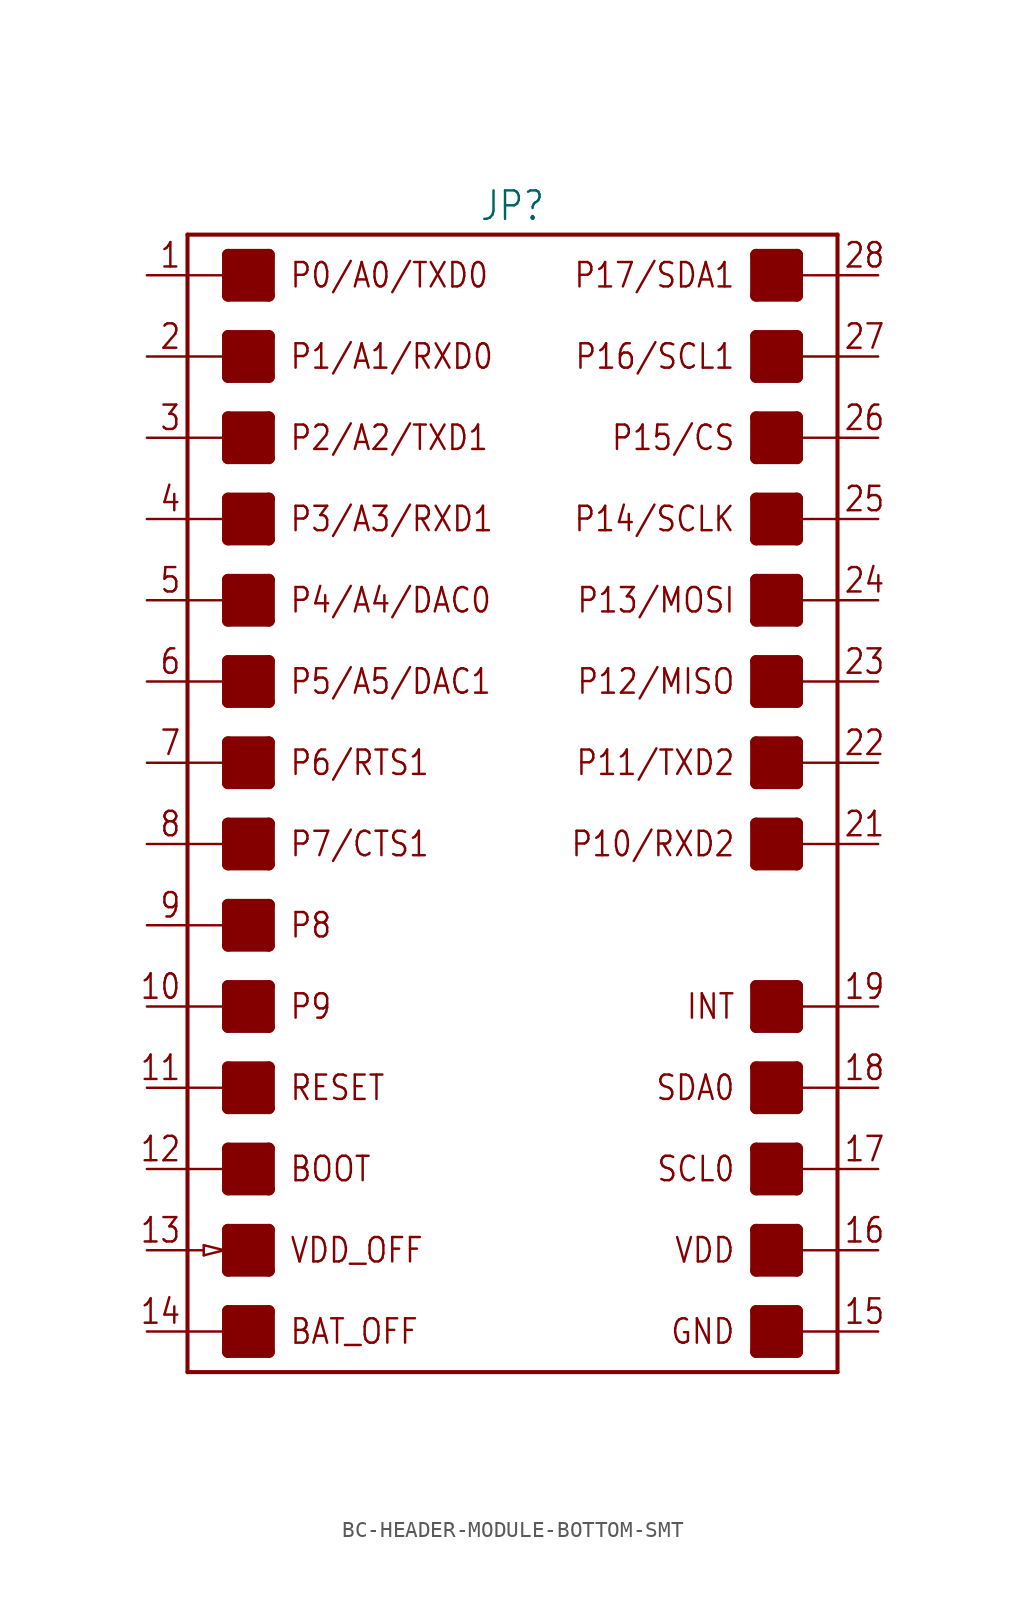
<source format=kicad_sym>
(kicad_symbol_lib
  (version 20231120)
  (generator "kicad_symbol_editor")
  (generator_version "8.0")
  (symbol "BC-HEADER-MODULE-BOTTOM-SMT"
    (property "Reference" "JP"
      (at 0 36.322 0)
      (effects (font (size 1.778 1.511)) (justify bottom)))
    (property "Value" ""
      (at 0 -36.322 0)
      (effects (font (size 1.778 1.511)) (justify top)))
    (property "ki_locked" ""
      (at 0 0 0)
      (effects (font (size 1.27 1.27))))
    (symbol "BC-HEADER-MODULE-BOTTOM-SMT_1_0"
      (rectangle (start -17.78 -34.29) (end -15.24 -31.75) (stroke (width 0) (type default)) (fill (type outline)))
      (rectangle (start -17.78 -29.21) (end -15.24 -26.67) (stroke (width 0) (type default)) (fill (type outline)))
      (rectangle (start -17.78 -24.13) (end -15.24 -21.59) (stroke (width 0) (type default)) (fill (type outline)))
      (rectangle (start -17.78 -19.05) (end -15.24 -16.51) (stroke (width 0) (type default)) (fill (type outline)))
      (rectangle (start -17.78 -13.97) (end -15.24 -11.43) (stroke (width 0) (type default)) (fill (type outline)))
      (rectangle (start -17.78 -8.89) (end -15.24 -6.35) (stroke (width 0) (type default)) (fill (type outline)))
      (rectangle (start -17.78 -3.81) (end -15.24 -1.27) (stroke (width 0) (type default)) (fill (type outline)))
      (rectangle (start -17.78 1.27) (end -15.24 3.81) (stroke (width 0) (type default)) (fill (type outline)))
      (rectangle (start -17.78 6.35) (end -15.24 8.89) (stroke (width 0) (type default)) (fill (type outline)))
      (rectangle (start -17.78 11.43) (end -15.24 13.97) (stroke (width 0) (type default)) (fill (type outline)))
      (rectangle (start -17.78 16.51) (end -15.24 19.05) (stroke (width 0) (type default)) (fill (type outline)))
      (rectangle (start -17.78 21.59) (end -15.24 24.13) (stroke (width 0) (type default)) (fill (type outline)))
      (rectangle (start -17.78 26.67) (end -15.24 29.21) (stroke (width 0) (type default)) (fill (type outline)))
      (rectangle (start -17.78 31.75) (end -15.24 34.29) (stroke (width 0) (type default)) (fill (type outline)))
      (polyline (pts (xy -20.32 -33.02) (xy -20.32 -35.56)) (stroke (width 0.254) (type solid)) (fill (type none)))
      (polyline (pts (xy -20.32 -33.02) (xy -17.78 -33.02)) (stroke (width 0.152) (type solid)) (fill (type none)))
      (polyline (pts (xy -20.32 -27.94) (xy -20.32 -33.02)) (stroke (width 0.254) (type solid)) (fill (type none)))
      (polyline (pts (xy -20.32 -27.94) (xy -19.304 -27.94)) (stroke (width 0.152) (type solid)) (fill (type none)))
      (polyline (pts (xy -20.32 -22.86) (xy -20.32 -27.94)) (stroke (width 0.254) (type solid)) (fill (type none)))
      (polyline (pts (xy -20.32 -22.86) (xy -17.78 -22.86)) (stroke (width 0.152) (type solid)) (fill (type none)))
      (polyline (pts (xy -20.32 -17.78) (xy -20.32 -22.86)) (stroke (width 0.254) (type solid)) (fill (type none)))
      (polyline (pts (xy -20.32 -17.78) (xy -17.78 -17.78)) (stroke (width 0.152) (type solid)) (fill (type none)))
      (polyline (pts (xy -20.32 -12.7) (xy -20.32 -17.78)) (stroke (width 0.254) (type solid)) (fill (type none)))
      (polyline (pts (xy -20.32 -12.7) (xy -17.78 -12.7)) (stroke (width 0.152) (type solid)) (fill (type none)))
      (polyline (pts (xy -20.32 -7.62) (xy -20.32 -12.7)) (stroke (width 0.254) (type solid)) (fill (type none)))
      (polyline (pts (xy -20.32 -7.62) (xy -17.78 -7.62)) (stroke (width 0.152) (type solid)) (fill (type none)))
      (polyline (pts (xy -20.32 -2.54) (xy -20.32 -7.62)) (stroke (width 0.254) (type solid)) (fill (type none)))
      (polyline (pts (xy -20.32 -2.54) (xy -17.78 -2.54)) (stroke (width 0.152) (type solid)) (fill (type none)))
      (polyline (pts (xy -20.32 2.54) (xy -20.32 -2.54)) (stroke (width 0.254) (type solid)) (fill (type none)))
      (polyline (pts (xy -20.32 2.54) (xy -17.78 2.54)) (stroke (width 0.152) (type solid)) (fill (type none)))
      (polyline (pts (xy -20.32 7.62) (xy -20.32 2.54)) (stroke (width 0.254) (type solid)) (fill (type none)))
      (polyline (pts (xy -20.32 7.62) (xy -17.78 7.62)) (stroke (width 0.152) (type solid)) (fill (type none)))
      (polyline (pts (xy -20.32 12.7) (xy -20.32 7.62)) (stroke (width 0.254) (type solid)) (fill (type none)))
      (polyline (pts (xy -20.32 12.7) (xy -17.78 12.7)) (stroke (width 0.152) (type solid)) (fill (type none)))
      (polyline (pts (xy -20.32 17.78) (xy -20.32 12.7)) (stroke (width 0.254) (type solid)) (fill (type none)))
      (polyline (pts (xy -20.32 17.78) (xy -17.78 17.78)) (stroke (width 0.152) (type solid)) (fill (type none)))
      (polyline (pts (xy -20.32 22.86) (xy -20.32 17.78)) (stroke (width 0.254) (type solid)) (fill (type none)))
      (polyline (pts (xy -20.32 22.86) (xy -17.78 22.86)) (stroke (width 0.152) (type solid)) (fill (type none)))
      (polyline (pts (xy -20.32 27.94) (xy -20.32 22.86)) (stroke (width 0.254) (type solid)) (fill (type none)))
      (polyline (pts (xy -20.32 27.94) (xy -17.78 27.94)) (stroke (width 0.152) (type solid)) (fill (type none)))
      (polyline (pts (xy -20.32 33.02) (xy -20.32 27.94)) (stroke (width 0.254) (type solid)) (fill (type none)))
      (polyline (pts (xy -20.32 33.02) (xy -17.78 33.02)) (stroke (width 0.152) (type solid)) (fill (type none)))
      (polyline (pts (xy -20.32 35.56) (xy -20.32 33.02)) (stroke (width 0.254) (type solid)) (fill (type none)))
      (polyline (pts (xy -20.32 35.56) (xy 20.32 35.56)) (stroke (width 0.254) (type solid)) (fill (type none)))
      (polyline (pts (xy -19.304 -28.258) (xy -18.034 -27.94)) (stroke (width 0.152) (type solid)) (fill (type none)))
      (polyline (pts (xy -19.304 -27.94) (xy -19.304 -28.258)) (stroke (width 0.152) (type solid)) (fill (type none)))
      (polyline (pts (xy -19.304 -27.622) (xy -19.304 -27.94)) (stroke (width 0.152) (type solid)) (fill (type none)))
      (polyline (pts (xy -18.034 -27.94) (xy -19.304 -27.622)) (stroke (width 0.152) (type solid)) (fill (type none)))
      (polyline (pts (xy -17.78 -34.29) (xy -15.24 -34.29)) (stroke (width 0.762) (type solid)) (fill (type none)))
      (polyline (pts (xy -17.78 -33.02) (xy -17.78 -34.29)) (stroke (width 0.762) (type solid)) (fill (type none)))
      (polyline (pts (xy -17.78 -31.75) (xy -17.78 -33.02)) (stroke (width 0.762) (type solid)) (fill (type none)))
      (polyline (pts (xy -17.78 -31.75) (xy -15.24 -31.75)) (stroke (width 0.762) (type solid)) (fill (type none)))
      (polyline (pts (xy -17.78 -29.21) (xy -15.24 -29.21)) (stroke (width 0.762) (type solid)) (fill (type none)))
      (polyline (pts (xy -17.78 -26.67) (xy -17.78 -29.21)) (stroke (width 0.762) (type solid)) (fill (type none)))
      (polyline (pts (xy -17.78 -26.67) (xy -15.24 -26.67)) (stroke (width 0.762) (type solid)) (fill (type none)))
      (polyline (pts (xy -17.78 -24.13) (xy -15.24 -24.13)) (stroke (width 0.762) (type solid)) (fill (type none)))
      (polyline (pts (xy -17.78 -22.86) (xy -17.78 -24.13)) (stroke (width 0.762) (type solid)) (fill (type none)))
      (polyline (pts (xy -17.78 -21.59) (xy -17.78 -22.86)) (stroke (width 0.762) (type solid)) (fill (type none)))
      (polyline (pts (xy -17.78 -21.59) (xy -15.24 -21.59)) (stroke (width 0.762) (type solid)) (fill (type none)))
      (polyline (pts (xy -17.78 -19.05) (xy -15.24 -19.05)) (stroke (width 0.762) (type solid)) (fill (type none)))
      (polyline (pts (xy -17.78 -17.78) (xy -17.78 -19.05)) (stroke (width 0.762) (type solid)) (fill (type none)))
      (polyline (pts (xy -17.78 -16.51) (xy -17.78 -17.78)) (stroke (width 0.762) (type solid)) (fill (type none)))
      (polyline (pts (xy -17.78 -16.51) (xy -15.24 -16.51)) (stroke (width 0.762) (type solid)) (fill (type none)))
      (polyline (pts (xy -17.78 -13.97) (xy -15.24 -13.97)) (stroke (width 0.762) (type solid)) (fill (type none)))
      (polyline (pts (xy -17.78 -12.7) (xy -17.78 -13.97)) (stroke (width 0.762) (type solid)) (fill (type none)))
      (polyline (pts (xy -17.78 -11.43) (xy -17.78 -12.7)) (stroke (width 0.762) (type solid)) (fill (type none)))
      (polyline (pts (xy -17.78 -11.43) (xy -15.24 -11.43)) (stroke (width 0.762) (type solid)) (fill (type none)))
      (polyline (pts (xy -17.78 -8.89) (xy -15.24 -8.89)) (stroke (width 0.762) (type solid)) (fill (type none)))
      (polyline (pts (xy -17.78 -7.62) (xy -17.78 -8.89)) (stroke (width 0.762) (type solid)) (fill (type none)))
      (polyline (pts (xy -17.78 -6.35) (xy -17.78 -7.62)) (stroke (width 0.762) (type solid)) (fill (type none)))
      (polyline (pts (xy -17.78 -6.35) (xy -15.24 -6.35)) (stroke (width 0.762) (type solid)) (fill (type none)))
      (polyline (pts (xy -17.78 -3.81) (xy -15.24 -3.81)) (stroke (width 0.762) (type solid)) (fill (type none)))
      (polyline (pts (xy -17.78 -2.54) (xy -17.78 -3.81)) (stroke (width 0.762) (type solid)) (fill (type none)))
      (polyline (pts (xy -17.78 -1.27) (xy -17.78 -2.54)) (stroke (width 0.762) (type solid)) (fill (type none)))
      (polyline (pts (xy -17.78 -1.27) (xy -15.24 -1.27)) (stroke (width 0.762) (type solid)) (fill (type none)))
      (polyline (pts (xy -17.78 1.27) (xy -15.24 1.27)) (stroke (width 0.762) (type solid)) (fill (type none)))
      (polyline (pts (xy -17.78 2.54) (xy -17.78 1.27)) (stroke (width 0.762) (type solid)) (fill (type none)))
      (polyline (pts (xy -17.78 3.81) (xy -17.78 2.54)) (stroke (width 0.762) (type solid)) (fill (type none)))
      (polyline (pts (xy -17.78 3.81) (xy -15.24 3.81)) (stroke (width 0.762) (type solid)) (fill (type none)))
      (polyline (pts (xy -17.78 6.35) (xy -15.24 6.35)) (stroke (width 0.762) (type solid)) (fill (type none)))
      (polyline (pts (xy -17.78 7.62) (xy -17.78 6.35)) (stroke (width 0.762) (type solid)) (fill (type none)))
      (polyline (pts (xy -17.78 8.89) (xy -17.78 7.62)) (stroke (width 0.762) (type solid)) (fill (type none)))
      (polyline (pts (xy -17.78 8.89) (xy -15.24 8.89)) (stroke (width 0.762) (type solid)) (fill (type none)))
      (polyline (pts (xy -17.78 11.43) (xy -15.24 11.43)) (stroke (width 0.762) (type solid)) (fill (type none)))
      (polyline (pts (xy -17.78 12.7) (xy -17.78 11.43)) (stroke (width 0.762) (type solid)) (fill (type none)))
      (polyline (pts (xy -17.78 13.97) (xy -17.78 12.7)) (stroke (width 0.762) (type solid)) (fill (type none)))
      (polyline (pts (xy -17.78 13.97) (xy -15.24 13.97)) (stroke (width 0.762) (type solid)) (fill (type none)))
      (polyline (pts (xy -17.78 16.51) (xy -15.24 16.51)) (stroke (width 0.762) (type solid)) (fill (type none)))
      (polyline (pts (xy -17.78 17.78) (xy -17.78 16.51)) (stroke (width 0.762) (type solid)) (fill (type none)))
      (polyline (pts (xy -17.78 19.05) (xy -17.78 17.78)) (stroke (width 0.762) (type solid)) (fill (type none)))
      (polyline (pts (xy -17.78 19.05) (xy -15.24 19.05)) (stroke (width 0.762) (type solid)) (fill (type none)))
      (polyline (pts (xy -17.78 21.59) (xy -15.24 21.59)) (stroke (width 0.762) (type solid)) (fill (type none)))
      (polyline (pts (xy -17.78 22.86) (xy -17.78 21.59)) (stroke (width 0.762) (type solid)) (fill (type none)))
      (polyline (pts (xy -17.78 24.13) (xy -17.78 22.86)) (stroke (width 0.762) (type solid)) (fill (type none)))
      (polyline (pts (xy -17.78 24.13) (xy -15.24 24.13)) (stroke (width 0.762) (type solid)) (fill (type none)))
      (polyline (pts (xy -17.78 26.67) (xy -15.24 26.67)) (stroke (width 0.762) (type solid)) (fill (type none)))
      (polyline (pts (xy -17.78 27.94) (xy -17.78 26.67)) (stroke (width 0.762) (type solid)) (fill (type none)))
      (polyline (pts (xy -17.78 29.21) (xy -17.78 27.94)) (stroke (width 0.762) (type solid)) (fill (type none)))
      (polyline (pts (xy -17.78 29.21) (xy -15.24 29.21)) (stroke (width 0.762) (type solid)) (fill (type none)))
      (polyline (pts (xy -17.78 31.75) (xy -15.24 31.75)) (stroke (width 0.762) (type solid)) (fill (type none)))
      (polyline (pts (xy -17.78 33.02) (xy -17.78 31.75)) (stroke (width 0.762) (type solid)) (fill (type none)))
      (polyline (pts (xy -17.78 34.29) (xy -17.78 33.02)) (stroke (width 0.762) (type solid)) (fill (type none)))
      (polyline (pts (xy -17.78 34.29) (xy -15.24 34.29)) (stroke (width 0.762) (type solid)) (fill (type none)))
      (polyline (pts (xy -15.24 -34.29) (xy -15.24 -31.75)) (stroke (width 0.762) (type solid)) (fill (type none)))
      (polyline (pts (xy -15.24 -29.21) (xy -15.24 -26.67)) (stroke (width 0.762) (type solid)) (fill (type none)))
      (polyline (pts (xy -15.24 -24.13) (xy -15.24 -21.59)) (stroke (width 0.762) (type solid)) (fill (type none)))
      (polyline (pts (xy -15.24 -19.05) (xy -15.24 -16.51)) (stroke (width 0.762) (type solid)) (fill (type none)))
      (polyline (pts (xy -15.24 -13.97) (xy -15.24 -11.43)) (stroke (width 0.762) (type solid)) (fill (type none)))
      (polyline (pts (xy -15.24 -8.89) (xy -15.24 -6.35)) (stroke (width 0.762) (type solid)) (fill (type none)))
      (polyline (pts (xy -15.24 -3.81) (xy -15.24 -1.27)) (stroke (width 0.762) (type solid)) (fill (type none)))
      (polyline (pts (xy -15.24 1.27) (xy -15.24 3.81)) (stroke (width 0.762) (type solid)) (fill (type none)))
      (polyline (pts (xy -15.24 6.35) (xy -15.24 8.89)) (stroke (width 0.762) (type solid)) (fill (type none)))
      (polyline (pts (xy -15.24 11.43) (xy -15.24 13.97)) (stroke (width 0.762) (type solid)) (fill (type none)))
      (polyline (pts (xy -15.24 16.51) (xy -15.24 19.05)) (stroke (width 0.762) (type solid)) (fill (type none)))
      (polyline (pts (xy -15.24 21.59) (xy -15.24 24.13)) (stroke (width 0.762) (type solid)) (fill (type none)))
      (polyline (pts (xy -15.24 26.67) (xy -15.24 29.21)) (stroke (width 0.762) (type solid)) (fill (type none)))
      (polyline (pts (xy -15.24 31.75) (xy -15.24 34.29)) (stroke (width 0.762) (type solid)) (fill (type none)))
      (polyline (pts (xy 15.24 -34.29) (xy 17.78 -34.29)) (stroke (width 0.762) (type solid)) (fill (type none)))
      (polyline (pts (xy 15.24 -31.75) (xy 15.24 -34.29)) (stroke (width 0.762) (type solid)) (fill (type none)))
      (polyline (pts (xy 15.24 -31.75) (xy 17.78 -31.75)) (stroke (width 0.762) (type solid)) (fill (type none)))
      (polyline (pts (xy 15.24 -29.21) (xy 17.78 -29.21)) (stroke (width 0.762) (type solid)) (fill (type none)))
      (polyline (pts (xy 15.24 -26.67) (xy 15.24 -29.21)) (stroke (width 0.762) (type solid)) (fill (type none)))
      (polyline (pts (xy 15.24 -26.67) (xy 17.78 -26.67)) (stroke (width 0.762) (type solid)) (fill (type none)))
      (polyline (pts (xy 15.24 -24.13) (xy 17.78 -24.13)) (stroke (width 0.762) (type solid)) (fill (type none)))
      (polyline (pts (xy 15.24 -21.59) (xy 15.24 -24.13)) (stroke (width 0.762) (type solid)) (fill (type none)))
      (polyline (pts (xy 15.24 -21.59) (xy 17.78 -21.59)) (stroke (width 0.762) (type solid)) (fill (type none)))
      (polyline (pts (xy 15.24 -19.05) (xy 17.78 -19.05)) (stroke (width 0.762) (type solid)) (fill (type none)))
      (polyline (pts (xy 15.24 -16.51) (xy 15.24 -19.05)) (stroke (width 0.762) (type solid)) (fill (type none)))
      (polyline (pts (xy 15.24 -16.51) (xy 17.78 -16.51)) (stroke (width 0.762) (type solid)) (fill (type none)))
      (polyline (pts (xy 15.24 -13.97) (xy 17.78 -13.97)) (stroke (width 0.762) (type solid)) (fill (type none)))
      (polyline (pts (xy 15.24 -11.43) (xy 15.24 -13.97)) (stroke (width 0.762) (type solid)) (fill (type none)))
      (polyline (pts (xy 15.24 -11.43) (xy 17.78 -11.43)) (stroke (width 0.762) (type solid)) (fill (type none)))
      (polyline (pts (xy 15.24 -3.81) (xy 17.78 -3.81)) (stroke (width 0.762) (type solid)) (fill (type none)))
      (polyline (pts (xy 15.24 -1.27) (xy 15.24 -3.81)) (stroke (width 0.762) (type solid)) (fill (type none)))
      (polyline (pts (xy 15.24 -1.27) (xy 17.78 -1.27)) (stroke (width 0.762) (type solid)) (fill (type none)))
      (polyline (pts (xy 15.24 1.27) (xy 17.78 1.27)) (stroke (width 0.762) (type solid)) (fill (type none)))
      (polyline (pts (xy 15.24 3.81) (xy 15.24 1.27)) (stroke (width 0.762) (type solid)) (fill (type none)))
      (polyline (pts (xy 15.24 3.81) (xy 17.78 3.81)) (stroke (width 0.762) (type solid)) (fill (type none)))
      (polyline (pts (xy 15.24 6.35) (xy 17.78 6.35)) (stroke (width 0.762) (type solid)) (fill (type none)))
      (polyline (pts (xy 15.24 8.89) (xy 15.24 6.35)) (stroke (width 0.762) (type solid)) (fill (type none)))
      (polyline (pts (xy 15.24 8.89) (xy 17.78 8.89)) (stroke (width 0.762) (type solid)) (fill (type none)))
      (polyline (pts (xy 15.24 11.43) (xy 17.78 11.43)) (stroke (width 0.762) (type solid)) (fill (type none)))
      (polyline (pts (xy 15.24 13.97) (xy 15.24 11.43)) (stroke (width 0.762) (type solid)) (fill (type none)))
      (polyline (pts (xy 15.24 13.97) (xy 17.78 13.97)) (stroke (width 0.762) (type solid)) (fill (type none)))
      (polyline (pts (xy 15.24 16.51) (xy 17.78 16.51)) (stroke (width 0.762) (type solid)) (fill (type none)))
      (polyline (pts (xy 15.24 19.05) (xy 15.24 16.51)) (stroke (width 0.762) (type solid)) (fill (type none)))
      (polyline (pts (xy 15.24 19.05) (xy 17.78 19.05)) (stroke (width 0.762) (type solid)) (fill (type none)))
      (polyline (pts (xy 15.24 21.59) (xy 17.78 21.59)) (stroke (width 0.762) (type solid)) (fill (type none)))
      (polyline (pts (xy 15.24 24.13) (xy 15.24 21.59)) (stroke (width 0.762) (type solid)) (fill (type none)))
      (polyline (pts (xy 15.24 24.13) (xy 17.78 24.13)) (stroke (width 0.762) (type solid)) (fill (type none)))
      (polyline (pts (xy 15.24 26.67) (xy 17.78 26.67)) (stroke (width 0.762) (type solid)) (fill (type none)))
      (polyline (pts (xy 15.24 29.21) (xy 15.24 26.67)) (stroke (width 0.762) (type solid)) (fill (type none)))
      (polyline (pts (xy 15.24 29.21) (xy 17.78 29.21)) (stroke (width 0.762) (type solid)) (fill (type none)))
      (polyline (pts (xy 15.24 31.75) (xy 17.78 31.75)) (stroke (width 0.762) (type solid)) (fill (type none)))
      (polyline (pts (xy 15.24 34.29) (xy 15.24 31.75)) (stroke (width 0.762) (type solid)) (fill (type none)))
      (polyline (pts (xy 15.24 34.29) (xy 17.78 34.29)) (stroke (width 0.762) (type solid)) (fill (type none)))
      (polyline (pts (xy 17.78 -34.29) (xy 17.78 -33.02)) (stroke (width 0.762) (type solid)) (fill (type none)))
      (polyline (pts (xy 17.78 -33.02) (xy 17.78 -31.75)) (stroke (width 0.762) (type solid)) (fill (type none)))
      (polyline (pts (xy 17.78 -33.02) (xy 20.32 -33.02)) (stroke (width 0.152) (type solid)) (fill (type none)))
      (polyline (pts (xy 17.78 -29.21) (xy 17.78 -27.94)) (stroke (width 0.762) (type solid)) (fill (type none)))
      (polyline (pts (xy 17.78 -27.94) (xy 17.78 -26.67)) (stroke (width 0.762) (type solid)) (fill (type none)))
      (polyline (pts (xy 17.78 -27.94) (xy 20.32 -27.94)) (stroke (width 0.152) (type solid)) (fill (type none)))
      (polyline (pts (xy 17.78 -24.13) (xy 17.78 -22.86)) (stroke (width 0.762) (type solid)) (fill (type none)))
      (polyline (pts (xy 17.78 -22.86) (xy 17.78 -21.59)) (stroke (width 0.762) (type solid)) (fill (type none)))
      (polyline (pts (xy 17.78 -22.86) (xy 20.32 -22.86)) (stroke (width 0.152) (type solid)) (fill (type none)))
      (polyline (pts (xy 17.78 -19.05) (xy 17.78 -17.78)) (stroke (width 0.762) (type solid)) (fill (type none)))
      (polyline (pts (xy 17.78 -17.78) (xy 17.78 -16.51)) (stroke (width 0.762) (type solid)) (fill (type none)))
      (polyline (pts (xy 17.78 -17.78) (xy 20.32 -17.78)) (stroke (width 0.152) (type solid)) (fill (type none)))
      (polyline (pts (xy 17.78 -13.97) (xy 17.78 -12.7)) (stroke (width 0.762) (type solid)) (fill (type none)))
      (polyline (pts (xy 17.78 -12.7) (xy 17.78 -11.43)) (stroke (width 0.762) (type solid)) (fill (type none)))
      (polyline (pts (xy 17.78 -12.7) (xy 20.32 -12.7)) (stroke (width 0.152) (type solid)) (fill (type none)))
      (polyline (pts (xy 17.78 -3.81) (xy 17.78 -2.54)) (stroke (width 0.762) (type solid)) (fill (type none)))
      (polyline (pts (xy 17.78 -2.54) (xy 17.78 -1.27)) (stroke (width 0.762) (type solid)) (fill (type none)))
      (polyline (pts (xy 17.78 -2.54) (xy 20.32 -2.54)) (stroke (width 0.152) (type solid)) (fill (type none)))
      (polyline (pts (xy 17.78 1.27) (xy 17.78 2.54)) (stroke (width 0.762) (type solid)) (fill (type none)))
      (polyline (pts (xy 17.78 2.54) (xy 17.78 3.81)) (stroke (width 0.762) (type solid)) (fill (type none)))
      (polyline (pts (xy 17.78 2.54) (xy 20.32 2.54)) (stroke (width 0.152) (type solid)) (fill (type none)))
      (polyline (pts (xy 17.78 6.35) (xy 17.78 7.62)) (stroke (width 0.762) (type solid)) (fill (type none)))
      (polyline (pts (xy 17.78 7.62) (xy 17.78 8.89)) (stroke (width 0.762) (type solid)) (fill (type none)))
      (polyline (pts (xy 17.78 7.62) (xy 20.32 7.62)) (stroke (width 0.152) (type solid)) (fill (type none)))
      (polyline (pts (xy 17.78 11.43) (xy 17.78 12.7)) (stroke (width 0.762) (type solid)) (fill (type none)))
      (polyline (pts (xy 17.78 12.7) (xy 17.78 13.97)) (stroke (width 0.762) (type solid)) (fill (type none)))
      (polyline (pts (xy 17.78 12.7) (xy 20.32 12.7)) (stroke (width 0.152) (type solid)) (fill (type none)))
      (polyline (pts (xy 17.78 16.51) (xy 17.78 17.78)) (stroke (width 0.762) (type solid)) (fill (type none)))
      (polyline (pts (xy 17.78 17.78) (xy 17.78 19.05)) (stroke (width 0.762) (type solid)) (fill (type none)))
      (polyline (pts (xy 17.78 17.78) (xy 20.32 17.78)) (stroke (width 0.152) (type solid)) (fill (type none)))
      (polyline (pts (xy 17.78 21.59) (xy 17.78 22.86)) (stroke (width 0.762) (type solid)) (fill (type none)))
      (polyline (pts (xy 17.78 22.86) (xy 17.78 24.13)) (stroke (width 0.762) (type solid)) (fill (type none)))
      (polyline (pts (xy 17.78 22.86) (xy 20.32 22.86)) (stroke (width 0.152) (type solid)) (fill (type none)))
      (polyline (pts (xy 17.78 26.67) (xy 17.78 27.94)) (stroke (width 0.762) (type solid)) (fill (type none)))
      (polyline (pts (xy 17.78 27.94) (xy 17.78 29.21)) (stroke (width 0.762) (type solid)) (fill (type none)))
      (polyline (pts (xy 17.78 27.94) (xy 20.32 27.94)) (stroke (width 0.152) (type solid)) (fill (type none)))
      (polyline (pts (xy 17.78 31.75) (xy 17.78 33.02)) (stroke (width 0.762) (type solid)) (fill (type none)))
      (polyline (pts (xy 17.78 33.02) (xy 17.78 34.29)) (stroke (width 0.762) (type solid)) (fill (type none)))
      (polyline (pts (xy 17.78 33.02) (xy 20.32 33.02)) (stroke (width 0.152) (type solid)) (fill (type none)))
      (polyline (pts (xy 20.32 -35.56) (xy -20.32 -35.56)) (stroke (width 0.254) (type solid)) (fill (type none)))
      (polyline (pts (xy 20.32 -33.02) (xy 20.32 -35.56)) (stroke (width 0.254) (type solid)) (fill (type none)))
      (polyline (pts (xy 20.32 -27.94) (xy 20.32 -33.02)) (stroke (width 0.254) (type solid)) (fill (type none)))
      (polyline (pts (xy 20.32 -22.86) (xy 20.32 -27.94)) (stroke (width 0.254) (type solid)) (fill (type none)))
      (polyline (pts (xy 20.32 -17.78) (xy 20.32 -22.86)) (stroke (width 0.254) (type solid)) (fill (type none)))
      (polyline (pts (xy 20.32 -12.7) (xy 20.32 -17.78)) (stroke (width 0.254) (type solid)) (fill (type none)))
      (polyline (pts (xy 20.32 -2.54) (xy 20.32 -12.7)) (stroke (width 0.254) (type solid)) (fill (type none)))
      (polyline (pts (xy 20.32 2.54) (xy 20.32 -2.54)) (stroke (width 0.254) (type solid)) (fill (type none)))
      (polyline (pts (xy 20.32 7.62) (xy 20.32 2.54)) (stroke (width 0.254) (type solid)) (fill (type none)))
      (polyline (pts (xy 20.32 12.7) (xy 20.32 7.62)) (stroke (width 0.254) (type solid)) (fill (type none)))
      (polyline (pts (xy 20.32 17.78) (xy 20.32 12.7)) (stroke (width 0.254) (type solid)) (fill (type none)))
      (polyline (pts (xy 20.32 22.86) (xy 20.32 17.78)) (stroke (width 0.254) (type solid)) (fill (type none)))
      (polyline (pts (xy 20.32 27.94) (xy 20.32 22.86)) (stroke (width 0.254) (type solid)) (fill (type none)))
      (polyline (pts (xy 20.32 33.02) (xy 20.32 27.94)) (stroke (width 0.254) (type solid)) (fill (type none)))
      (polyline (pts (xy 20.32 35.56) (xy 20.32 33.02)) (stroke (width 0.254) (type solid)) (fill (type none)))
      (rectangle (start 15.24 -34.29) (end 17.78 -31.75) (stroke (width 0) (type default)) (fill (type outline)))
      (rectangle (start 15.24 -29.21) (end 17.78 -26.67) (stroke (width 0) (type default)) (fill (type outline)))
      (rectangle (start 15.24 -24.13) (end 17.78 -21.59) (stroke (width 0) (type default)) (fill (type outline)))
      (rectangle (start 15.24 -19.05) (end 17.78 -16.51) (stroke (width 0) (type default)) (fill (type outline)))
      (rectangle (start 15.24 -13.97) (end 17.78 -11.43) (stroke (width 0) (type default)) (fill (type outline)))
      (rectangle (start 15.24 -3.81) (end 17.78 -1.27) (stroke (width 0) (type default)) (fill (type outline)))
      (rectangle (start 15.24 1.27) (end 17.78 3.81) (stroke (width 0) (type default)) (fill (type outline)))
      (rectangle (start 15.24 6.35) (end 17.78 8.89) (stroke (width 0) (type default)) (fill (type outline)))
      (rectangle (start 15.24 11.43) (end 17.78 13.97) (stroke (width 0) (type default)) (fill (type outline)))
      (rectangle (start 15.24 16.51) (end 17.78 19.05) (stroke (width 0) (type default)) (fill (type outline)))
      (rectangle (start 15.24 21.59) (end 17.78 24.13) (stroke (width 0) (type default)) (fill (type outline)))
      (rectangle (start 15.24 26.67) (end 17.78 29.21) (stroke (width 0) (type default)) (fill (type outline)))
      (rectangle (start 15.24 31.75) (end 17.78 34.29) (stroke (width 0) (type default)) (fill (type outline)))
      (text "1" (at -20.676 33.376 0) (effects (font (size 1.524 1.295)) (justify right bottom)))
      (text "10" (at -20.676 -12.344 0) (effects (font (size 1.524 1.295)) (justify right bottom)))
      (text "11" (at -20.676 -17.424 0) (effects (font (size 1.524 1.295)) (justify right bottom)))
      (text "12" (at -20.676 -22.504 0) (effects (font (size 1.524 1.295)) (justify right bottom)))
      (text "13" (at -20.676 -27.584 0) (effects (font (size 1.524 1.295)) (justify right bottom)))
      (text "14" (at -20.676 -32.664 0) (effects (font (size 1.524 1.295)) (justify right bottom)))
      (text "15" (at 20.676 -32.664 0) (effects (font (size 1.524 1.295)) (justify left bottom)))
      (text "16" (at 20.676 -27.584 0) (effects (font (size 1.524 1.295)) (justify left bottom)))
      (text "17" (at 20.676 -22.504 0) (effects (font (size 1.524 1.295)) (justify left bottom)))
      (text "18" (at 20.676 -17.424 0) (effects (font (size 1.524 1.295)) (justify left bottom)))
      (text "19" (at 20.676 -12.344 0) (effects (font (size 1.524 1.295)) (justify left bottom)))
      (text "2" (at -20.676 28.296 0) (effects (font (size 1.524 1.295)) (justify right bottom)))
      (text "21" (at 20.676 -2.184 0) (effects (font (size 1.524 1.295)) (justify left bottom)))
      (text "22" (at 20.676 2.896 0) (effects (font (size 1.524 1.295)) (justify left bottom)))
      (text "23" (at 20.676 7.976 0) (effects (font (size 1.524 1.295)) (justify left bottom)))
      (text "24" (at 20.676 13.056 0) (effects (font (size 1.524 1.295)) (justify left bottom)))
      (text "25" (at 20.676 18.136 0) (effects (font (size 1.524 1.295)) (justify left bottom)))
      (text "26" (at 20.676 23.216 0) (effects (font (size 1.524 1.295)) (justify left bottom)))
      (text "27" (at 20.676 28.296 0) (effects (font (size 1.524 1.295)) (justify left bottom)))
      (text "28" (at 20.676 33.376 0) (effects (font (size 1.524 1.295)) (justify left bottom)))
      (text "3" (at -20.676 23.216 0) (effects (font (size 1.524 1.295)) (justify right bottom)))
      (text "4" (at -20.676 18.136 0) (effects (font (size 1.524 1.295)) (justify right bottom)))
      (text "5" (at -20.676 13.056 0) (effects (font (size 1.524 1.295)) (justify right bottom)))
      (text "6" (at -20.676 7.976 0) (effects (font (size 1.524 1.295)) (justify right bottom)))
      (text "7" (at -20.676 2.896 0) (effects (font (size 1.524 1.295)) (justify right bottom)))
      (text "8" (at -20.676 -2.184 0) (effects (font (size 1.524 1.295)) (justify right bottom)))
      (text "9" (at -20.676 -7.264 0) (effects (font (size 1.524 1.295)) (justify right bottom)))
      (text "BAT_OFF" (at -13.97 -33.02 0) (effects (font (size 1.524 1.295)) (justify left)))
      (text "BOOT" (at -13.97 -22.86 0) (effects (font (size 1.524 1.295)) (justify left)))
      (text "GND" (at 13.97 -33.02 0) (effects (font (size 1.524 1.295)) (justify right)))
      (text "INT" (at 13.97 -12.7 0) (effects (font (size 1.524 1.295)) (justify right)))
      (text "P0/A0/TXD0" (at -13.97 33.02 0) (effects (font (size 1.524 1.295)) (justify left)))
      (text "P1/A1/RXD0" (at -13.97 27.94 0) (effects (font (size 1.524 1.295)) (justify left)))
      (text "P10/RXD2" (at 13.97 -2.54 0) (effects (font (size 1.524 1.295)) (justify right)))
      (text "P11/TXD2" (at 13.97 2.54 0) (effects (font (size 1.524 1.295)) (justify right)))
      (text "P12/MISO" (at 13.97 7.62 0) (effects (font (size 1.524 1.295)) (justify right)))
      (text "P13/MOSI" (at 13.97 12.7 0) (effects (font (size 1.524 1.295)) (justify right)))
      (text "P14/SCLK" (at 13.97 17.78 0) (effects (font (size 1.524 1.295)) (justify right)))
      (text "P15/CS" (at 13.97 22.86 0) (effects (font (size 1.524 1.295)) (justify right)))
      (text "P16/SCL1" (at 13.97 27.94 0) (effects (font (size 1.524 1.295)) (justify right)))
      (text "P17/SDA1" (at 13.97 33.02 0) (effects (font (size 1.524 1.295)) (justify right)))
      (text "P2/A2/TXD1" (at -13.97 22.86 0) (effects (font (size 1.524 1.295)) (justify left)))
      (text "P3/A3/RXD1" (at -13.97 17.78 0) (effects (font (size 1.524 1.295)) (justify left)))
      (text "P4/A4/DAC0" (at -13.97 12.7 0) (effects (font (size 1.524 1.295)) (justify left)))
      (text "P5/A5/DAC1" (at -13.97 7.62 0) (effects (font (size 1.524 1.295)) (justify left)))
      (text "P6/RTS1" (at -13.97 2.54 0) (effects (font (size 1.524 1.295)) (justify left)))
      (text "P7/CTS1" (at -13.97 -2.54 0) (effects (font (size 1.524 1.295)) (justify left)))
      (text "P8" (at -13.97 -7.62 0) (effects (font (size 1.524 1.295)) (justify left)))
      (text "P9" (at -13.97 -12.7 0) (effects (font (size 1.524 1.295)) (justify left)))
      (text "RESET" (at -13.97 -17.78 0) (effects (font (size 1.524 1.295)) (justify left)))
      (text "SCL0" (at 13.97 -22.86 0) (effects (font (size 1.524 1.295)) (justify right)))
      (text "SDA0" (at 13.97 -17.78 0) (effects (font (size 1.524 1.295)) (justify right)))
      (text "VDD" (at 13.97 -27.94 0) (effects (font (size 1.524 1.295)) (justify right)))
      (text "VDD_OFF" (at -13.97 -27.94 0) (effects (font (size 1.524 1.295)) (justify left)))
      (pin passive line (at -22.86 33.02 0) (length 2.54) (name "P0/A0/TXD0" (effects (font (size 0 0)))) (number "1" (effects (font (size 0 0)))))
      (pin passive line (at -22.86 -12.7 0) (length 2.54) (name "P9" (effects (font (size 0 0)))) (number "10" (effects (font (size 0 0)))))
      (pin passive line (at -22.86 -17.78 0) (length 2.54) (name "RESET" (effects (font (size 0 0)))) (number "11" (effects (font (size 0 0)))))
      (pin passive line (at -22.86 -22.86 0) (length 2.54) (name "BOOT" (effects (font (size 0 0)))) (number "12" (effects (font (size 0 0)))))
      (pin passive line (at -22.86 -27.94 0) (length 2.54) (name "VDD_OFF_IN" (effects (font (size 0 0)))) (number "13" (effects (font (size 0 0)))))
      (pin passive line (at -22.86 -33.02 0) (length 2.54) (name "BAT_OFF" (effects (font (size 0 0)))) (number "14" (effects (font (size 0 0)))))
      (pin passive line (at 22.86 -33.02 180) (length 2.54) (name "GND" (effects (font (size 0 0)))) (number "15" (effects (font (size 0 0)))))
      (pin passive line (at 22.86 -27.94 180) (length 2.54) (name "VDD" (effects (font (size 0 0)))) (number "16" (effects (font (size 0 0)))))
      (pin passive line (at 22.86 -22.86 180) (length 2.54) (name "SCL0" (effects (font (size 0 0)))) (number "17" (effects (font (size 0 0)))))
      (pin passive line (at 22.86 -17.78 180) (length 2.54) (name "SDA0" (effects (font (size 0 0)))) (number "18" (effects (font (size 0 0)))))
      (pin passive line (at 22.86 -12.7 180) (length 2.54) (name "INT" (effects (font (size 0 0)))) (number "19" (effects (font (size 0 0)))))
      (pin passive line (at -22.86 27.94 0) (length 2.54) (name "P1/A1/RXD0" (effects (font (size 0 0)))) (number "2" (effects (font (size 0 0)))))
      (pin passive line (at 22.86 -2.54 180) (length 2.54) (name "P10/RXD2" (effects (font (size 0 0)))) (number "21" (effects (font (size 0 0)))))
      (pin passive line (at 22.86 2.54 180) (length 2.54) (name "P11/TXD2" (effects (font (size 0 0)))) (number "22" (effects (font (size 0 0)))))
      (pin passive line (at 22.86 7.62 180) (length 2.54) (name "P12/MISO" (effects (font (size 0 0)))) (number "23" (effects (font (size 0 0)))))
      (pin passive line (at 22.86 12.7 180) (length 2.54) (name "P13/MOSI" (effects (font (size 0 0)))) (number "24" (effects (font (size 0 0)))))
      (pin passive line (at 22.86 17.78 180) (length 2.54) (name "P14/SCLK" (effects (font (size 0 0)))) (number "25" (effects (font (size 0 0)))))
      (pin passive line (at 22.86 22.86 180) (length 2.54) (name "P15/CS" (effects (font (size 0 0)))) (number "26" (effects (font (size 0 0)))))
      (pin passive line (at 22.86 27.94 180) (length 2.54) (name "P16/SCL1" (effects (font (size 0 0)))) (number "27" (effects (font (size 0 0)))))
      (pin passive line (at 22.86 33.02 180) (length 2.54) (name "P17/SDA1" (effects (font (size 0 0)))) (number "28" (effects (font (size 0 0)))))
      (pin passive line (at -22.86 22.86 0) (length 2.54) (name "P2/A2/TXD1" (effects (font (size 0 0)))) (number "3" (effects (font (size 0 0)))))
      (pin passive line (at -22.86 17.78 0) (length 2.54) (name "P3/A3/RXD1" (effects (font (size 0 0)))) (number "4" (effects (font (size 0 0)))))
      (pin passive line (at -22.86 12.7 0) (length 2.54) (name "P4/A4/DAC0" (effects (font (size 0 0)))) (number "5" (effects (font (size 0 0)))))
      (pin passive line (at -22.86 7.62 0) (length 2.54) (name "P5/A5/DAC1" (effects (font (size 0 0)))) (number "6" (effects (font (size 0 0)))))
      (pin passive line (at -22.86 2.54 0) (length 2.54) (name "P6/RTS1" (effects (font (size 0 0)))) (number "7" (effects (font (size 0 0)))))
      (pin passive line (at -22.86 -2.54 0) (length 2.54) (name "P7/CTS1" (effects (font (size 0 0)))) (number "8" (effects (font (size 0 0)))))
      (pin passive line (at -22.86 -7.62 0) (length 2.54) (name "P8" (effects (font (size 0 0)))) (number "9" (effects (font (size 0 0))))))))
</source>
